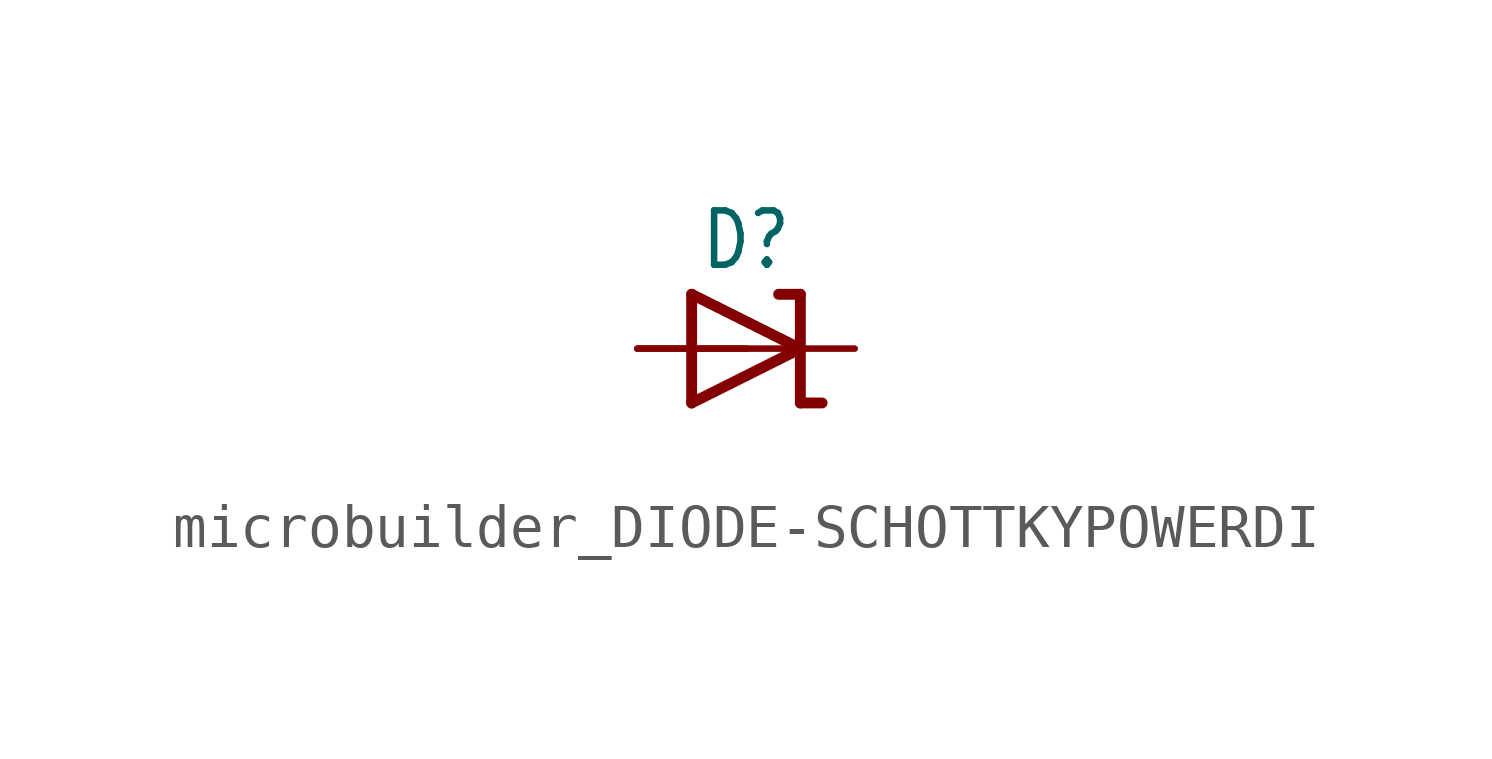
<source format=kicad_sym>
(kicad_symbol_lib
  (version 20231120)
  (generator "kicad_symbol_editor")
  (generator_version "8.0")
  (symbol "microbuilder_DIODE-SCHOTTKYPOWERDI"
    (property "Reference" "D"
      (at 0 2.54 0)
      (effects (font (size 1.27 1.079))))
    (property "Value" ""
      (at 0 -2.5 0)
      (effects (font (size 1.27 1.079))))
    (property "ki_locked" ""
      (at 0 0 0)
      (effects (font (size 1.27 1.27))))
    (symbol "microbuilder_DIODE-SCHOTTKYPOWERDI_1_0"
      (polyline (pts (xy -1.27 -1.27) (xy 1.27 0)) (stroke (width 0.254) (type solid)) (fill (type none)))
      (polyline (pts (xy -1.27 1.27) (xy -1.27 -1.27)) (stroke (width 0.254) (type solid)) (fill (type none)))
      (polyline (pts (xy 1.27 -1.27) (xy 1.778 -1.27)) (stroke (width 0.254) (type solid)) (fill (type none)))
      (polyline (pts (xy 1.27 0) (xy -1.27 1.27)) (stroke (width 0.254) (type solid)) (fill (type none)))
      (polyline (pts (xy 1.27 0) (xy 1.27 -1.27)) (stroke (width 0.254) (type solid)) (fill (type none)))
      (polyline (pts (xy 1.27 1.27) (xy 0.762 1.27)) (stroke (width 0.254) (type solid)) (fill (type none)))
      (polyline (pts (xy 1.27 1.27) (xy 1.27 0)) (stroke (width 0.254) (type solid)) (fill (type none)))
      (pin passive line (at -2.54 0 0) (length 2.54) (name "A" (effects (font (size 0 0)))) (number "A1" (effects (font (size 0 0)))))
      (pin passive line (at -2.54 0 0) (length 2.54) (name "A" (effects (font (size 0 0)))) (number "A2" (effects (font (size 0 0)))))
      (pin passive line (at 2.54 0 180) (length 2.54) (name "C" (effects (font (size 0 0)))) (number "C" (effects (font (size 0 0))))))))
</source>
